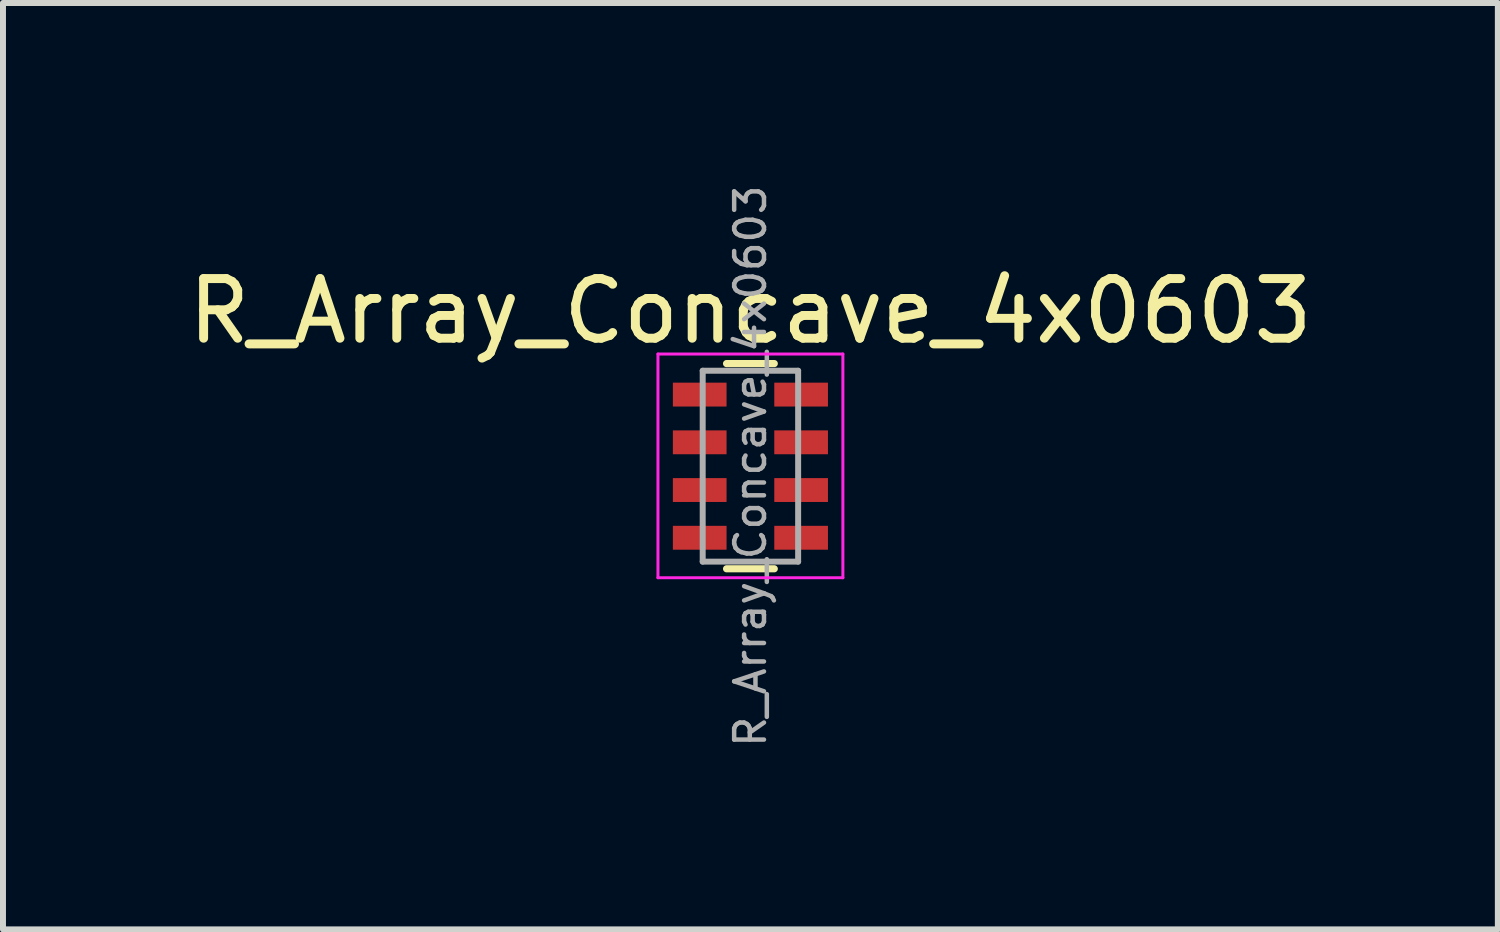
<source format=kicad_pcb>
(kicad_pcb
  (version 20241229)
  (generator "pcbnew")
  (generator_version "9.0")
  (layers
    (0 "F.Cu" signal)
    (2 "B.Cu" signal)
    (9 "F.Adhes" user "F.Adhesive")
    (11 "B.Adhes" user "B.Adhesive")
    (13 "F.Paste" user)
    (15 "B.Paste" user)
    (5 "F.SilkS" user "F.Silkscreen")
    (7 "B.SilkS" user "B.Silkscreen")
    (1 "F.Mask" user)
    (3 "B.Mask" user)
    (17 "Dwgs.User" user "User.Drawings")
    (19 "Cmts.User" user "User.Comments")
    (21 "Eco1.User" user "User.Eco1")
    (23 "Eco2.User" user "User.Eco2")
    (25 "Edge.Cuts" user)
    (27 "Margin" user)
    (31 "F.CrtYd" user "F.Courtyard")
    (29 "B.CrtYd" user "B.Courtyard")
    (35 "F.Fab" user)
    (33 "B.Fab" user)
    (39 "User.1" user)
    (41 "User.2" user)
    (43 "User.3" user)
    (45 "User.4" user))
  (footprint "R_Array_Concave_4x0603"
    (layer "F.Cu")
    (at 9.53 4.765)
    (property "Reference" "R_Array_Concave_4x0603" (at 0 -2.6 0) (layer "F.SilkS") (effects (font (size 1 1) (thickness 0.15))))
    (attr smd)
    (fp_line (start 0.4 -1.72) (end -0.4 -1.72) (stroke (width 0.12) (type solid)) (layer "F.SilkS"))
    (fp_line (start 0.4 1.72) (end -0.4 1.72) (stroke (width 0.12) (type solid)) (layer "F.SilkS"))
    (fp_line (start -1.55 -1.88) (end -1.55 1.87) (stroke (width 0.05) (type solid)) (layer "F.CrtYd"))
    (fp_line (start -1.55 -1.88) (end 1.55 -1.88) (stroke (width 0.05) (type solid)) (layer "F.CrtYd"))
    (fp_line (start 1.55 1.87) (end -1.55 1.87) (stroke (width 0.05) (type solid)) (layer "F.CrtYd"))
    (fp_line (start 1.55 1.87) (end 1.55 -1.88) (stroke (width 0.05) (type solid)) (layer "F.CrtYd"))
    (fp_line (start -0.8 -1.6) (end 0.8 -1.6) (stroke (width 0.1) (type solid)) (layer "F.Fab"))
    (fp_line (start -0.8 1.6) (end -0.8 -1.6) (stroke (width 0.1) (type solid)) (layer "F.Fab"))
    (fp_line (start 0.8 -1.6) (end 0.8 1.6) (stroke (width 0.1) (type solid)) (layer "F.Fab"))
    (fp_line (start 0.8 1.6) (end -0.8 1.6) (stroke (width 0.1) (type solid)) (layer "F.Fab"))
    (fp_text user "${REFERENCE}" (at 0 0 90) (layer "F.Fab") (effects (font (size 0.5 0.5) (thickness 0.075))))
    (pad "1" smd rect (at -0.85 -1.2) (size 0.9 0.4) (layers "F.Cu" "F.Mask" "F.Paste"))
    (pad "2" smd rect (at 0.85 -1.2) (size 0.9 0.4) (layers "F.Cu" "F.Mask" "F.Paste"))
    (pad "3" smd rect (at -0.85 -0.4) (size 0.9 0.4) (layers "F.Cu" "F.Mask" "F.Paste"))
    (pad "4" smd rect (at 0.85 -0.4) (size 0.9 0.4) (layers "F.Cu" "F.Mask" "F.Paste"))
    (pad "5" smd rect (at -0.85 0.4) (size 0.9 0.4) (layers "F.Cu" "F.Mask" "F.Paste"))
    (pad "6" smd rect (at 0.85 0.4) (size 0.9 0.4) (layers "F.Cu" "F.Mask" "F.Paste"))
    (pad "7" smd rect (at -0.85 1.2) (size 0.9 0.4) (layers "F.Cu" "F.Mask" "F.Paste"))
    (pad "8" smd rect (at 0.85 1.2) (size 0.9 0.4) (layers "F.Cu" "F.Mask" "F.Paste")))
  (gr_rect
    (start -3 -3)
    (end 22.06 12.53)
    (stroke (width 0.1) (type default))
    (fill no)
    (layer "Edge.Cuts")))
</source>
